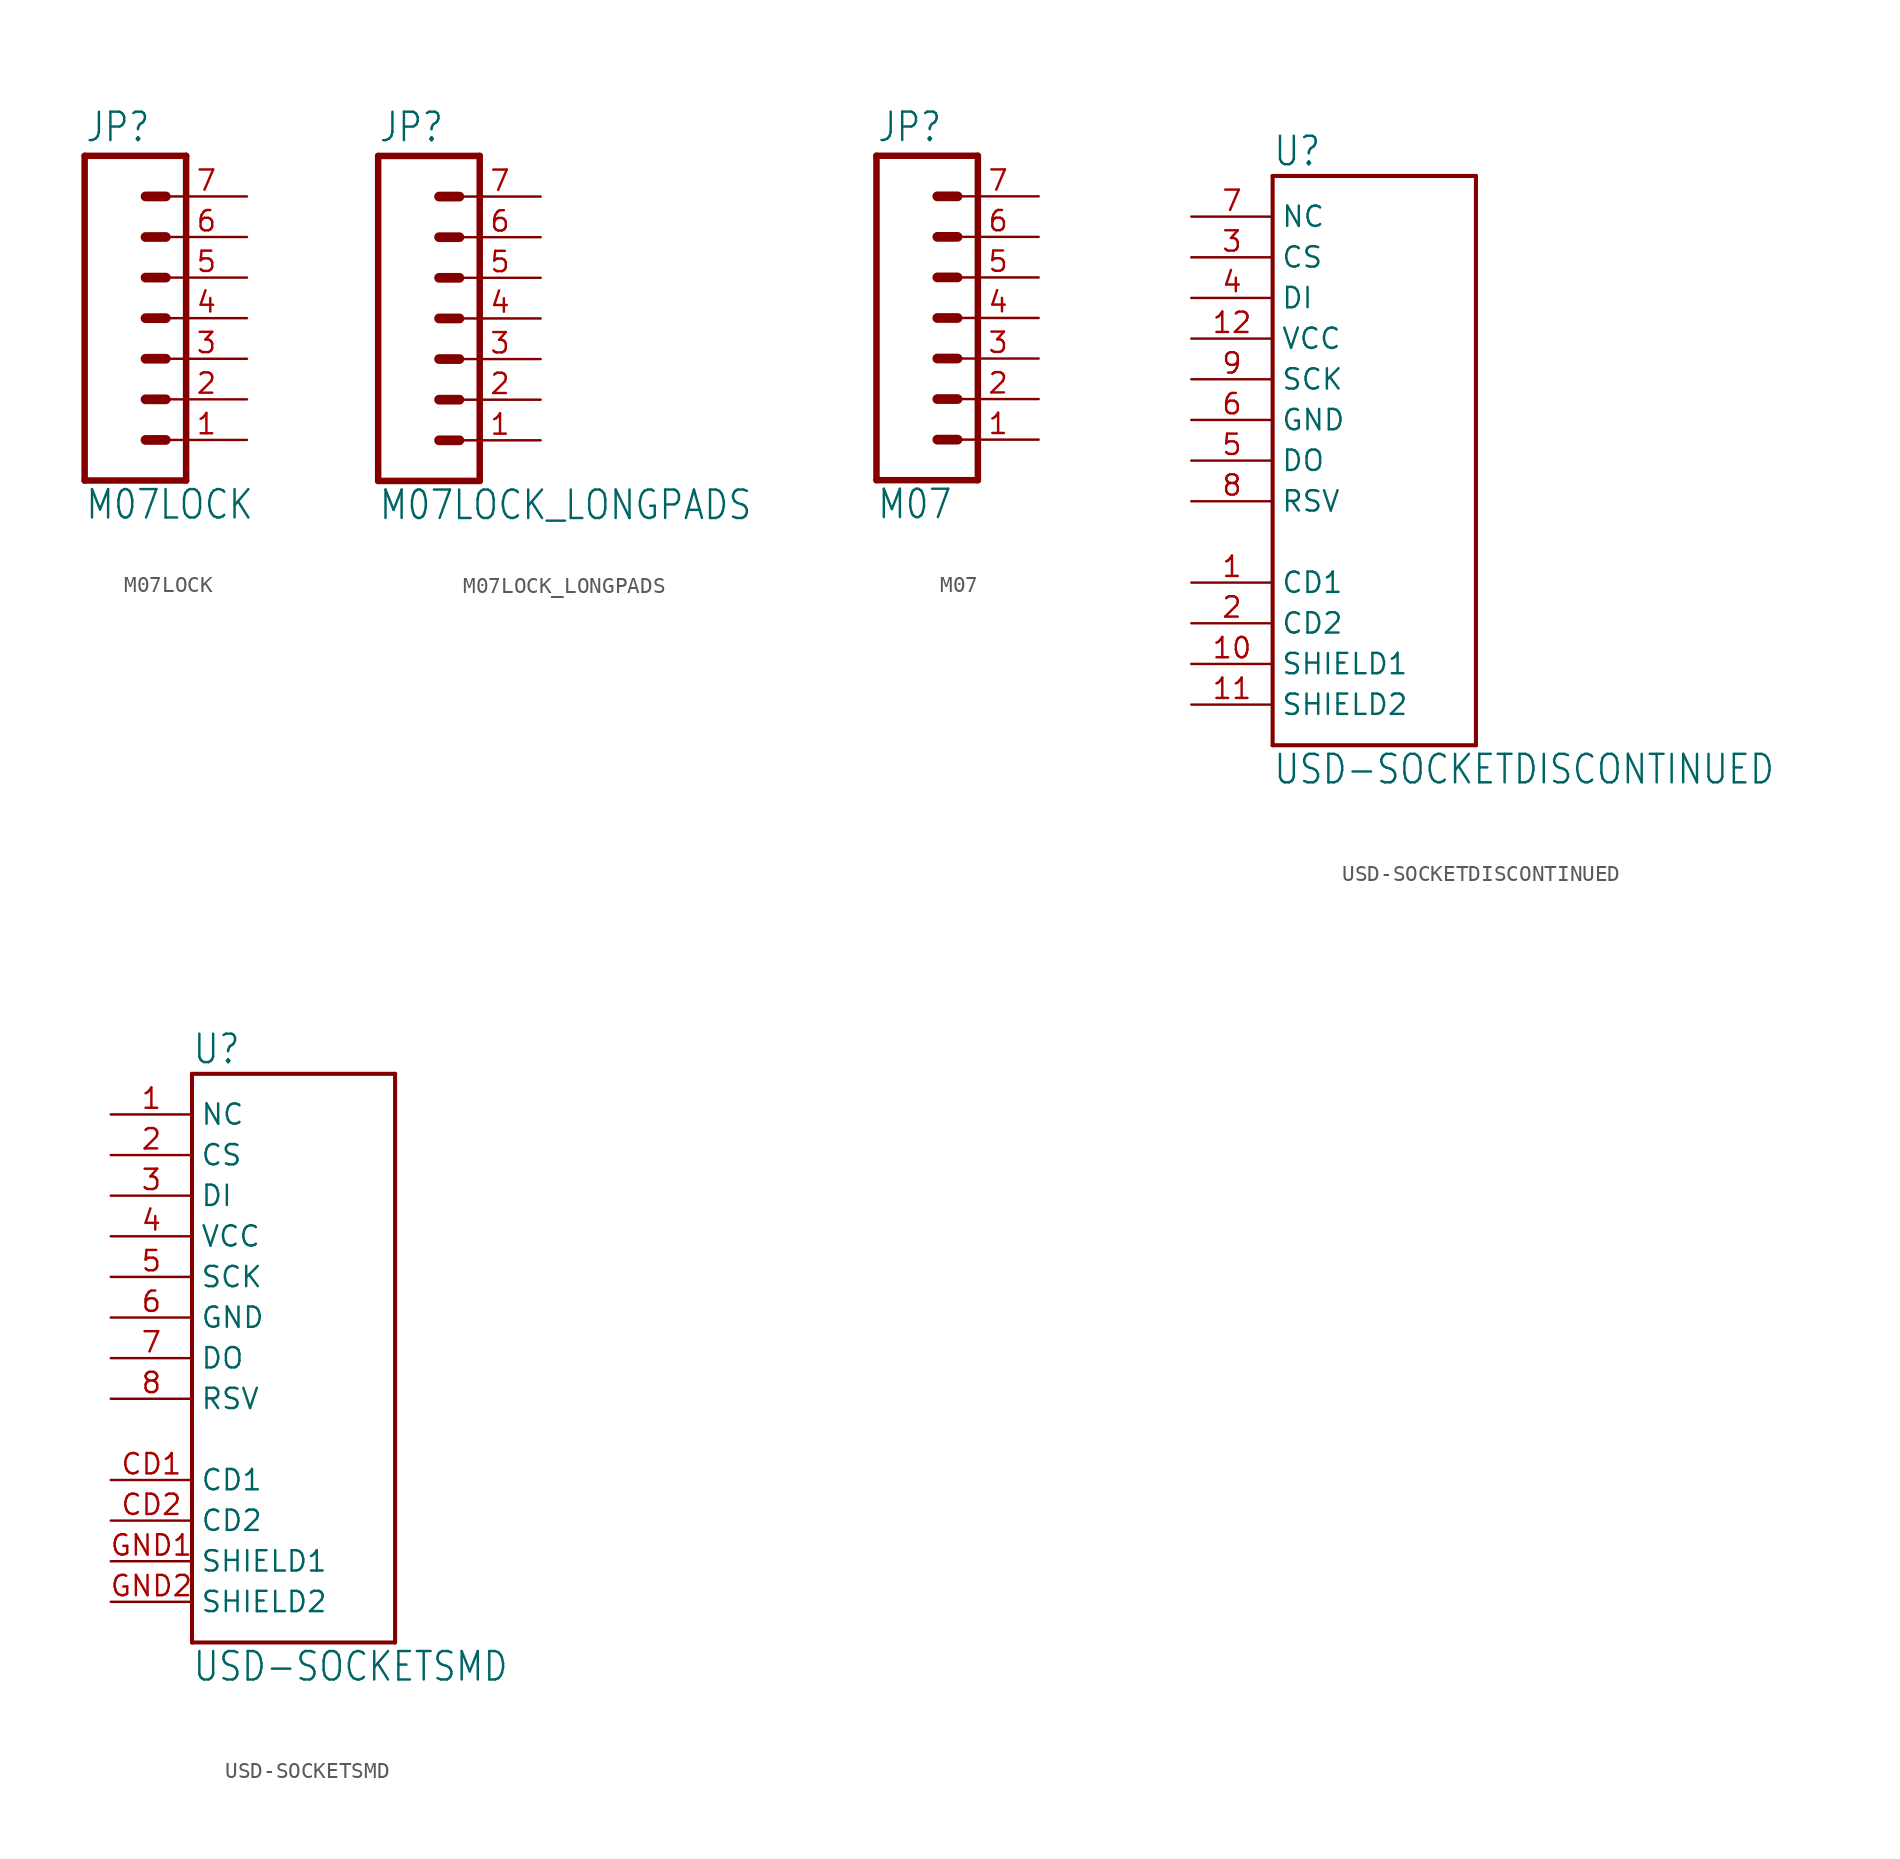
<source format=kicad_sym>
(kicad_symbol_lib
  (version 20211014)
  (generator kicad_symbol_editor)
  (symbol "M07LOCK"
    (property "Reference" "JP"
      (at -5.08 13.462 0)
      (effects (font (size 1.778 1.511)) (justify left bottom)))
    (property "Value" "M07LOCK"
      (at -5.08 -10.16 0)
      (effects (font (size 1.778 1.511)) (justify left bottom)))
    (property "ki_locked" ""
      (at 0 0 0)
      (effects (font (size 1.27 1.27))))
    (symbol "M07LOCK_1_0"
      (polyline (pts (xy -5.08 12.7) (xy -5.08 -7.62)) (stroke (width 0.406) (type default) (color 0 0 0 0)) (fill (type none)))
      (polyline (pts (xy -5.08 12.7) (xy 1.27 12.7)) (stroke (width 0.406) (type default) (color 0 0 0 0)) (fill (type none)))
      (polyline (pts (xy -1.27 -5.08) (xy 0 -5.08)) (stroke (width 0.61) (type default) (color 0 0 0 0)) (fill (type none)))
      (polyline (pts (xy -1.27 -2.54) (xy 0 -2.54)) (stroke (width 0.61) (type default) (color 0 0 0 0)) (fill (type none)))
      (polyline (pts (xy -1.27 0) (xy 0 0)) (stroke (width 0.61) (type default) (color 0 0 0 0)) (fill (type none)))
      (polyline (pts (xy -1.27 2.54) (xy 0 2.54)) (stroke (width 0.61) (type default) (color 0 0 0 0)) (fill (type none)))
      (polyline (pts (xy -1.27 5.08) (xy 0 5.08)) (stroke (width 0.61) (type default) (color 0 0 0 0)) (fill (type none)))
      (polyline (pts (xy -1.27 7.62) (xy 0 7.62)) (stroke (width 0.61) (type default) (color 0 0 0 0)) (fill (type none)))
      (polyline (pts (xy -1.27 10.16) (xy 0 10.16)) (stroke (width 0.61) (type default) (color 0 0 0 0)) (fill (type none)))
      (polyline (pts (xy 1.27 -7.62) (xy -5.08 -7.62)) (stroke (width 0.406) (type default) (color 0 0 0 0)) (fill (type none)))
      (polyline (pts (xy 1.27 -7.62) (xy 1.27 12.7)) (stroke (width 0.406) (type default) (color 0 0 0 0)) (fill (type none)))
      (pin passive line (at 5.08 -5.08 180) (length 5.08) (name "1" (effects (font (size 0 0)))) (number "1" (effects (font (size 1.27 1.27)))))
      (pin passive line (at 5.08 -2.54 180) (length 5.08) (name "2" (effects (font (size 0 0)))) (number "2" (effects (font (size 1.27 1.27)))))
      (pin passive line (at 5.08 0 180) (length 5.08) (name "3" (effects (font (size 0 0)))) (number "3" (effects (font (size 1.27 1.27)))))
      (pin passive line (at 5.08 2.54 180) (length 5.08) (name "4" (effects (font (size 0 0)))) (number "4" (effects (font (size 1.27 1.27)))))
      (pin passive line (at 5.08 5.08 180) (length 5.08) (name "5" (effects (font (size 0 0)))) (number "5" (effects (font (size 1.27 1.27)))))
      (pin passive line (at 5.08 7.62 180) (length 5.08) (name "6" (effects (font (size 0 0)))) (number "6" (effects (font (size 1.27 1.27)))))
      (pin passive line (at 5.08 10.16 180) (length 5.08) (name "7" (effects (font (size 0 0)))) (number "7" (effects (font (size 1.27 1.27)))))))
  (symbol "M07LOCK_LONGPADS"
    (property "Reference" "JP"
      (at -5.08 13.462 0)
      (effects (font (size 1.778 1.511)) (justify left bottom)))
    (property "Value" "M07LOCK_LONGPADS"
      (at -5.08 -10.16 0)
      (effects (font (size 1.778 1.511)) (justify left bottom)))
    (property "ki_locked" ""
      (at 0 0 0)
      (effects (font (size 1.27 1.27))))
    (symbol "M07LOCK_LONGPADS_1_0"
      (polyline (pts (xy -5.08 12.7) (xy -5.08 -7.62)) (stroke (width 0.406) (type default) (color 0 0 0 0)) (fill (type none)))
      (polyline (pts (xy -5.08 12.7) (xy 1.27 12.7)) (stroke (width 0.406) (type default) (color 0 0 0 0)) (fill (type none)))
      (polyline (pts (xy -1.27 -5.08) (xy 0 -5.08)) (stroke (width 0.61) (type default) (color 0 0 0 0)) (fill (type none)))
      (polyline (pts (xy -1.27 -2.54) (xy 0 -2.54)) (stroke (width 0.61) (type default) (color 0 0 0 0)) (fill (type none)))
      (polyline (pts (xy -1.27 0) (xy 0 0)) (stroke (width 0.61) (type default) (color 0 0 0 0)) (fill (type none)))
      (polyline (pts (xy -1.27 2.54) (xy 0 2.54)) (stroke (width 0.61) (type default) (color 0 0 0 0)) (fill (type none)))
      (polyline (pts (xy -1.27 5.08) (xy 0 5.08)) (stroke (width 0.61) (type default) (color 0 0 0 0)) (fill (type none)))
      (polyline (pts (xy -1.27 7.62) (xy 0 7.62)) (stroke (width 0.61) (type default) (color 0 0 0 0)) (fill (type none)))
      (polyline (pts (xy -1.27 10.16) (xy 0 10.16)) (stroke (width 0.61) (type default) (color 0 0 0 0)) (fill (type none)))
      (polyline (pts (xy 1.27 -7.62) (xy -5.08 -7.62)) (stroke (width 0.406) (type default) (color 0 0 0 0)) (fill (type none)))
      (polyline (pts (xy 1.27 -7.62) (xy 1.27 12.7)) (stroke (width 0.406) (type default) (color 0 0 0 0)) (fill (type none)))
      (pin passive line (at 5.08 -5.08 180) (length 5.08) (name "1" (effects (font (size 0 0)))) (number "1" (effects (font (size 1.27 1.27)))))
      (pin passive line (at 5.08 -2.54 180) (length 5.08) (name "2" (effects (font (size 0 0)))) (number "2" (effects (font (size 1.27 1.27)))))
      (pin passive line (at 5.08 0 180) (length 5.08) (name "3" (effects (font (size 0 0)))) (number "3" (effects (font (size 1.27 1.27)))))
      (pin passive line (at 5.08 2.54 180) (length 5.08) (name "4" (effects (font (size 0 0)))) (number "4" (effects (font (size 1.27 1.27)))))
      (pin passive line (at 5.08 5.08 180) (length 5.08) (name "5" (effects (font (size 0 0)))) (number "5" (effects (font (size 1.27 1.27)))))
      (pin passive line (at 5.08 7.62 180) (length 5.08) (name "6" (effects (font (size 0 0)))) (number "6" (effects (font (size 1.27 1.27)))))
      (pin passive line (at 5.08 10.16 180) (length 5.08) (name "7" (effects (font (size 0 0)))) (number "7" (effects (font (size 1.27 1.27)))))))
  (symbol "M07"
    (property "Reference" "JP"
      (at -5.08 13.462 0)
      (effects (font (size 1.778 1.511)) (justify left bottom)))
    (property "Value" "M07"
      (at -5.08 -10.16 0)
      (effects (font (size 1.778 1.511)) (justify left bottom)))
    (property "ki_locked" ""
      (at 0 0 0)
      (effects (font (size 1.27 1.27))))
    (symbol "M07_1_0"
      (polyline (pts (xy -5.08 12.7) (xy -5.08 -7.62)) (stroke (width 0.406) (type default) (color 0 0 0 0)) (fill (type none)))
      (polyline (pts (xy -5.08 12.7) (xy 1.27 12.7)) (stroke (width 0.406) (type default) (color 0 0 0 0)) (fill (type none)))
      (polyline (pts (xy -1.27 -5.08) (xy 0 -5.08)) (stroke (width 0.61) (type default) (color 0 0 0 0)) (fill (type none)))
      (polyline (pts (xy -1.27 -2.54) (xy 0 -2.54)) (stroke (width 0.61) (type default) (color 0 0 0 0)) (fill (type none)))
      (polyline (pts (xy -1.27 0) (xy 0 0)) (stroke (width 0.61) (type default) (color 0 0 0 0)) (fill (type none)))
      (polyline (pts (xy -1.27 2.54) (xy 0 2.54)) (stroke (width 0.61) (type default) (color 0 0 0 0)) (fill (type none)))
      (polyline (pts (xy -1.27 5.08) (xy 0 5.08)) (stroke (width 0.61) (type default) (color 0 0 0 0)) (fill (type none)))
      (polyline (pts (xy -1.27 7.62) (xy 0 7.62)) (stroke (width 0.61) (type default) (color 0 0 0 0)) (fill (type none)))
      (polyline (pts (xy -1.27 10.16) (xy 0 10.16)) (stroke (width 0.61) (type default) (color 0 0 0 0)) (fill (type none)))
      (polyline (pts (xy 1.27 -7.62) (xy -5.08 -7.62)) (stroke (width 0.406) (type default) (color 0 0 0 0)) (fill (type none)))
      (polyline (pts (xy 1.27 -7.62) (xy 1.27 12.7)) (stroke (width 0.406) (type default) (color 0 0 0 0)) (fill (type none)))
      (pin passive line (at 5.08 -5.08 180) (length 5.08) (name "1" (effects (font (size 0 0)))) (number "1" (effects (font (size 1.27 1.27)))))
      (pin passive line (at 5.08 -2.54 180) (length 5.08) (name "2" (effects (font (size 0 0)))) (number "2" (effects (font (size 1.27 1.27)))))
      (pin passive line (at 5.08 0 180) (length 5.08) (name "3" (effects (font (size 0 0)))) (number "3" (effects (font (size 1.27 1.27)))))
      (pin passive line (at 5.08 2.54 180) (length 5.08) (name "4" (effects (font (size 0 0)))) (number "4" (effects (font (size 1.27 1.27)))))
      (pin passive line (at 5.08 5.08 180) (length 5.08) (name "5" (effects (font (size 0 0)))) (number "5" (effects (font (size 1.27 1.27)))))
      (pin passive line (at 5.08 7.62 180) (length 5.08) (name "6" (effects (font (size 0 0)))) (number "6" (effects (font (size 1.27 1.27)))))
      (pin passive line (at 5.08 10.16 180) (length 5.08) (name "7" (effects (font (size 0 0)))) (number "7" (effects (font (size 1.27 1.27)))))))
  (symbol "USD-SOCKETDISCONTINUED"
    (property "Reference" "U"
      (at -2.54 15.748 0)
      (effects (font (size 1.778 1.511)) (justify left bottom)))
    (property "Value" "USD-SOCKETDISCONTINUED"
      (at -2.54 -22.86 0)
      (effects (font (size 1.778 1.511)) (justify left bottom)))
    (property "ki_locked" ""
      (at 0 0 0)
      (effects (font (size 1.27 1.27))))
    (symbol "USD-SOCKETDISCONTINUED_1_0"
      (polyline (pts (xy -2.54 -20.32) (xy -2.54 15.24)) (stroke (width 0.254) (type default) (color 0 0 0 0)) (fill (type none)))
      (polyline (pts (xy -2.54 15.24) (xy 10.16 15.24)) (stroke (width 0.254) (type default) (color 0 0 0 0)) (fill (type none)))
      (polyline (pts (xy 10.16 -20.32) (xy -2.54 -20.32)) (stroke (width 0.254) (type default) (color 0 0 0 0)) (fill (type none)))
      (polyline (pts (xy 10.16 15.24) (xy 10.16 -20.32)) (stroke (width 0.254) (type default) (color 0 0 0 0)) (fill (type none)))
      (pin bidirectional line (at -7.62 -10.16 0) (length 5.08) (name "CD1" (effects (font (size 1.27 1.27)))) (number "1" (effects (font (size 1.27 1.27)))))
      (pin bidirectional line (at -7.62 -15.24 0) (length 5.08) (name "SHIELD1" (effects (font (size 1.27 1.27)))) (number "10" (effects (font (size 1.27 1.27)))))
      (pin bidirectional line (at -7.62 -17.78 0) (length 5.08) (name "SHIELD2" (effects (font (size 1.27 1.27)))) (number "11" (effects (font (size 1.27 1.27)))))
      (pin bidirectional line (at -7.62 5.08 0) (length 5.08) (name "VCC" (effects (font (size 1.27 1.27)))) (number "12" (effects (font (size 1.27 1.27)))))
      (pin bidirectional line (at -7.62 -12.7 0) (length 5.08) (name "CD2" (effects (font (size 1.27 1.27)))) (number "2" (effects (font (size 1.27 1.27)))))
      (pin bidirectional line (at -7.62 10.16 0) (length 5.08) (name "CS" (effects (font (size 1.27 1.27)))) (number "3" (effects (font (size 1.27 1.27)))))
      (pin bidirectional line (at -7.62 7.62 0) (length 5.08) (name "DI" (effects (font (size 1.27 1.27)))) (number "4" (effects (font (size 1.27 1.27)))))
      (pin bidirectional line (at -7.62 -2.54 0) (length 5.08) (name "DO" (effects (font (size 1.27 1.27)))) (number "5" (effects (font (size 1.27 1.27)))))
      (pin bidirectional line (at -7.62 0 0) (length 5.08) (name "GND" (effects (font (size 1.27 1.27)))) (number "6" (effects (font (size 1.27 1.27)))))
      (pin bidirectional line (at -7.62 12.7 0) (length 5.08) (name "NC" (effects (font (size 1.27 1.27)))) (number "7" (effects (font (size 1.27 1.27)))))
      (pin bidirectional line (at -7.62 -5.08 0) (length 5.08) (name "RSV" (effects (font (size 1.27 1.27)))) (number "8" (effects (font (size 1.27 1.27)))))
      (pin bidirectional line (at -7.62 2.54 0) (length 5.08) (name "SCK" (effects (font (size 1.27 1.27)))) (number "9" (effects (font (size 1.27 1.27)))))))
  (symbol "USD-SOCKETSMD"
    (property "Reference" "U"
      (at -2.54 15.748 0)
      (effects (font (size 1.778 1.511)) (justify left bottom)))
    (property "Value" "USD-SOCKETSMD"
      (at -2.54 -22.86 0)
      (effects (font (size 1.778 1.511)) (justify left bottom)))
    (property "ki_locked" ""
      (at 0 0 0)
      (effects (font (size 1.27 1.27))))
    (symbol "USD-SOCKETSMD_1_0"
      (polyline (pts (xy -2.54 -20.32) (xy -2.54 15.24)) (stroke (width 0.254) (type default) (color 0 0 0 0)) (fill (type none)))
      (polyline (pts (xy -2.54 15.24) (xy 10.16 15.24)) (stroke (width 0.254) (type default) (color 0 0 0 0)) (fill (type none)))
      (polyline (pts (xy 10.16 -20.32) (xy -2.54 -20.32)) (stroke (width 0.254) (type default) (color 0 0 0 0)) (fill (type none)))
      (polyline (pts (xy 10.16 15.24) (xy 10.16 -20.32)) (stroke (width 0.254) (type default) (color 0 0 0 0)) (fill (type none)))
      (pin bidirectional line (at -7.62 12.7 0) (length 5.08) (name "NC" (effects (font (size 1.27 1.27)))) (number "1" (effects (font (size 1.27 1.27)))))
      (pin bidirectional line (at -7.62 10.16 0) (length 5.08) (name "CS" (effects (font (size 1.27 1.27)))) (number "2" (effects (font (size 1.27 1.27)))))
      (pin bidirectional line (at -7.62 7.62 0) (length 5.08) (name "DI" (effects (font (size 1.27 1.27)))) (number "3" (effects (font (size 1.27 1.27)))))
      (pin bidirectional line (at -7.62 5.08 0) (length 5.08) (name "VCC" (effects (font (size 1.27 1.27)))) (number "4" (effects (font (size 1.27 1.27)))))
      (pin bidirectional line (at -7.62 2.54 0) (length 5.08) (name "SCK" (effects (font (size 1.27 1.27)))) (number "5" (effects (font (size 1.27 1.27)))))
      (pin bidirectional line (at -7.62 0 0) (length 5.08) (name "GND" (effects (font (size 1.27 1.27)))) (number "6" (effects (font (size 1.27 1.27)))))
      (pin bidirectional line (at -7.62 -2.54 0) (length 5.08) (name "DO" (effects (font (size 1.27 1.27)))) (number "7" (effects (font (size 1.27 1.27)))))
      (pin bidirectional line (at -7.62 -5.08 0) (length 5.08) (name "RSV" (effects (font (size 1.27 1.27)))) (number "8" (effects (font (size 1.27 1.27)))))
      (pin bidirectional line (at -7.62 -10.16 0) (length 5.08) (name "CD1" (effects (font (size 1.27 1.27)))) (number "CD1" (effects (font (size 1.27 1.27)))))
      (pin bidirectional line (at -7.62 -12.7 0) (length 5.08) (name "CD2" (effects (font (size 1.27 1.27)))) (number "CD2" (effects (font (size 1.27 1.27)))))
      (pin bidirectional line (at -7.62 -15.24 0) (length 5.08) (name "SHIELD1" (effects (font (size 1.27 1.27)))) (number "GND1" (effects (font (size 1.27 1.27)))))
      (pin bidirectional line (at -7.62 -17.78 0) (length 5.08) (name "SHIELD2" (effects (font (size 1.27 1.27)))) (number "GND2" (effects (font (size 1.27 1.27))))))))
</source>
